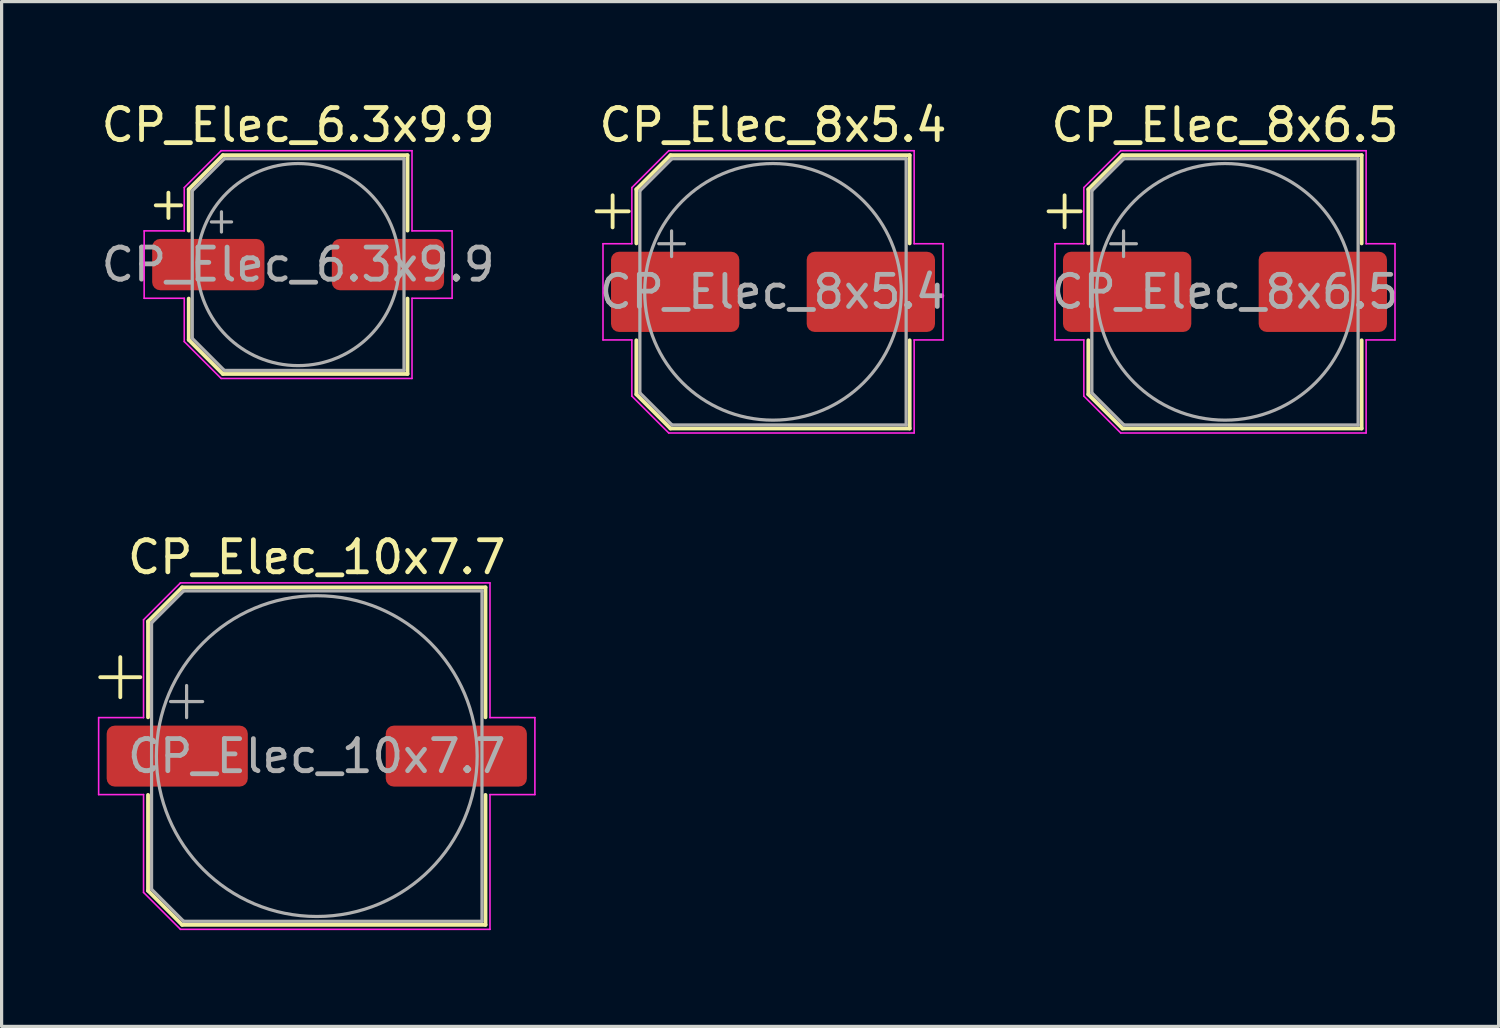
<source format=kicad_pcb>
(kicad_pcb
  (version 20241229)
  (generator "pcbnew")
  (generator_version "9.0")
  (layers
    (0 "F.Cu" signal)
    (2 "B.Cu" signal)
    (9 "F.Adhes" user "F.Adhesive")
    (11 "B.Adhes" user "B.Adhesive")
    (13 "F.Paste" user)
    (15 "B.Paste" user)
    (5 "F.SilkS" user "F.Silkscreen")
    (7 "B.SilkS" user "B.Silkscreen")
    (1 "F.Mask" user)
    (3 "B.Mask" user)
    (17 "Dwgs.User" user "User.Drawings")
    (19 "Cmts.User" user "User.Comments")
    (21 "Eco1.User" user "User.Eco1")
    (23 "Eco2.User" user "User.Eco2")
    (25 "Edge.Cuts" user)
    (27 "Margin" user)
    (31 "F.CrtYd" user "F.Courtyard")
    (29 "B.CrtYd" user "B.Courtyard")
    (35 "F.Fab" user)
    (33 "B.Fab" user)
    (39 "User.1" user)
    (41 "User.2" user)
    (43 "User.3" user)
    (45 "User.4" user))
  (footprint "CP_Elec_6.3x9.9"
    (layer "F.Cu")
    (at 6.244 5.198)
    (property "Reference" "CP_Elec_6.3x9.9" (at 0 -4.35 0) (layer "F.SilkS") (effects (font (size 1 1) (thickness 0.15))))
    (attr smd)
    (fp_line (start -4.438 -1.847) (end -3.65 -1.847) (stroke (width 0.12) (type solid)) (layer "F.SilkS"))
    (fp_line (start -4.044 -2.241) (end -4.044 -1.454) (stroke (width 0.12) (type solid)) (layer "F.SilkS"))
    (fp_line (start -3.41 -2.346) (end -3.41 -1.06) (stroke (width 0.12) (type solid)) (layer "F.SilkS"))
    (fp_line (start -3.41 -2.346) (end -2.346 -3.41) (stroke (width 0.12) (type solid)) (layer "F.SilkS"))
    (fp_line (start -3.41 2.346) (end -3.41 1.06) (stroke (width 0.12) (type solid)) (layer "F.SilkS"))
    (fp_line (start -3.41 2.346) (end -2.346 3.41) (stroke (width 0.12) (type solid)) (layer "F.SilkS"))
    (fp_line (start -2.346 -3.41) (end 3.41 -3.41) (stroke (width 0.12) (type solid)) (layer "F.SilkS"))
    (fp_line (start -2.346 3.41) (end 3.41 3.41) (stroke (width 0.12) (type solid)) (layer "F.SilkS"))
    (fp_line (start 3.41 -3.41) (end 3.41 -1.06) (stroke (width 0.12) (type solid)) (layer "F.SilkS"))
    (fp_line (start 3.41 3.41) (end 3.41 1.06) (stroke (width 0.12) (type solid)) (layer "F.SilkS"))
    (fp_line (start -4.8 -1.05) (end -4.8 1.05) (stroke (width 0.05) (type solid)) (layer "F.CrtYd"))
    (fp_line (start -4.8 1.05) (end -3.55 1.05) (stroke (width 0.05) (type solid)) (layer "F.CrtYd"))
    (fp_line (start -3.55 -2.4) (end -3.55 -1.05) (stroke (width 0.05) (type solid)) (layer "F.CrtYd"))
    (fp_line (start -3.55 -2.4) (end -2.4 -3.55) (stroke (width 0.05) (type solid)) (layer "F.CrtYd"))
    (fp_line (start -3.55 -1.05) (end -4.8 -1.05) (stroke (width 0.05) (type solid)) (layer "F.CrtYd"))
    (fp_line (start -3.55 1.05) (end -3.55 2.4) (stroke (width 0.05) (type solid)) (layer "F.CrtYd"))
    (fp_line (start -3.55 2.4) (end -2.4 3.55) (stroke (width 0.05) (type solid)) (layer "F.CrtYd"))
    (fp_line (start -2.4 -3.55) (end 3.55 -3.55) (stroke (width 0.05) (type solid)) (layer "F.CrtYd"))
    (fp_line (start -2.4 3.55) (end 3.55 3.55) (stroke (width 0.05) (type solid)) (layer "F.CrtYd"))
    (fp_line (start 3.55 -3.55) (end 3.55 -1.05) (stroke (width 0.05) (type solid)) (layer "F.CrtYd"))
    (fp_line (start 3.55 -1.05) (end 4.8 -1.05) (stroke (width 0.05) (type solid)) (layer "F.CrtYd"))
    (fp_line (start 3.55 1.05) (end 3.55 3.55) (stroke (width 0.05) (type solid)) (layer "F.CrtYd"))
    (fp_line (start 4.8 -1.05) (end 4.8 1.05) (stroke (width 0.05) (type solid)) (layer "F.CrtYd"))
    (fp_line (start 4.8 1.05) (end 3.55 1.05) (stroke (width 0.05) (type solid)) (layer "F.CrtYd"))
    (fp_line (start -3.3 -2.3) (end -3.3 2.3) (stroke (width 0.1) (type solid)) (layer "F.Fab"))
    (fp_line (start -3.3 -2.3) (end -2.3 -3.3) (stroke (width 0.1) (type solid)) (layer "F.Fab"))
    (fp_line (start -3.3 2.3) (end -2.3 3.3) (stroke (width 0.1) (type solid)) (layer "F.Fab"))
    (fp_line (start -2.705 -1.33) (end -2.075 -1.33) (stroke (width 0.1) (type solid)) (layer "F.Fab"))
    (fp_line (start -2.39 -1.645) (end -2.39 -1.015) (stroke (width 0.1) (type solid)) (layer "F.Fab"))
    (fp_line (start -2.3 -3.3) (end 3.3 -3.3) (stroke (width 0.1) (type solid)) (layer "F.Fab"))
    (fp_line (start -2.3 3.3) (end 3.3 3.3) (stroke (width 0.1) (type solid)) (layer "F.Fab"))
    (fp_line (start 3.3 -3.3) (end 3.3 3.3) (stroke (width 0.1) (type solid)) (layer "F.Fab"))
    (fp_circle (center 0 0) (end 3.15 0) (stroke (width 0.1) (type solid)) (fill no) (layer "F.Fab"))
    (fp_text user "${REFERENCE}" (at 0 0 0) (layer "F.Fab") (effects (font (size 1 1) (thickness 0.15))))
    (pad "1" smd roundrect (at -2.8 0) (size 3.5 1.6) (layers "F.Cu" "F.Mask" "F.Paste") (roundrect_rratio 0.156))
    (pad "2" smd roundrect (at 2.8 0) (size 3.5 1.6) (layers "F.Cu" "F.Mask" "F.Paste") (roundrect_rratio 0.156)))
  (footprint "CP_Elec_10x7.7"
    (layer "F.Cu")
    (at 6.825 20.521)
    (property "Reference" "CP_Elec_10x7.7" (at 0 -6.2 0) (layer "F.SilkS") (effects (font (size 1 1) (thickness 0.15))))
    (attr smd)
    (fp_line (start -6.75 -2.46) (end -5.5 -2.46) (stroke (width 0.12) (type solid)) (layer "F.SilkS"))
    (fp_line (start -6.125 -3.085) (end -6.125 -1.835) (stroke (width 0.12) (type solid)) (layer "F.SilkS"))
    (fp_line (start -5.26 -4.196) (end -5.26 -1.21) (stroke (width 0.12) (type solid)) (layer "F.SilkS"))
    (fp_line (start -5.26 -4.196) (end -4.196 -5.26) (stroke (width 0.12) (type solid)) (layer "F.SilkS"))
    (fp_line (start -5.26 4.196) (end -5.26 1.21) (stroke (width 0.12) (type solid)) (layer "F.SilkS"))
    (fp_line (start -5.26 4.196) (end -4.196 5.26) (stroke (width 0.12) (type solid)) (layer "F.SilkS"))
    (fp_line (start -4.196 -5.26) (end 5.26 -5.26) (stroke (width 0.12) (type solid)) (layer "F.SilkS"))
    (fp_line (start -4.196 5.26) (end 5.26 5.26) (stroke (width 0.12) (type solid)) (layer "F.SilkS"))
    (fp_line (start 5.26 -5.26) (end 5.26 -1.21) (stroke (width 0.12) (type solid)) (layer "F.SilkS"))
    (fp_line (start 5.26 5.26) (end 5.26 1.21) (stroke (width 0.12) (type solid)) (layer "F.SilkS"))
    (fp_line (start -6.8 -1.2) (end -6.8 1.2) (stroke (width 0.05) (type solid)) (layer "F.CrtYd"))
    (fp_line (start -6.8 1.2) (end -5.4 1.2) (stroke (width 0.05) (type solid)) (layer "F.CrtYd"))
    (fp_line (start -5.4 -4.25) (end -5.4 -1.2) (stroke (width 0.05) (type solid)) (layer "F.CrtYd"))
    (fp_line (start -5.4 -4.25) (end -4.25 -5.4) (stroke (width 0.05) (type solid)) (layer "F.CrtYd"))
    (fp_line (start -5.4 -1.2) (end -6.8 -1.2) (stroke (width 0.05) (type solid)) (layer "F.CrtYd"))
    (fp_line (start -5.4 1.2) (end -5.4 4.25) (stroke (width 0.05) (type solid)) (layer "F.CrtYd"))
    (fp_line (start -5.4 4.25) (end -4.25 5.4) (stroke (width 0.05) (type solid)) (layer "F.CrtYd"))
    (fp_line (start -4.25 -5.4) (end 5.4 -5.4) (stroke (width 0.05) (type solid)) (layer "F.CrtYd"))
    (fp_line (start -4.25 5.4) (end 5.4 5.4) (stroke (width 0.05) (type solid)) (layer "F.CrtYd"))
    (fp_line (start 5.4 -5.4) (end 5.4 -1.2) (stroke (width 0.05) (type solid)) (layer "F.CrtYd"))
    (fp_line (start 5.4 -1.2) (end 6.8 -1.2) (stroke (width 0.05) (type solid)) (layer "F.CrtYd"))
    (fp_line (start 5.4 1.2) (end 5.4 5.4) (stroke (width 0.05) (type solid)) (layer "F.CrtYd"))
    (fp_line (start 6.8 -1.2) (end 6.8 1.2) (stroke (width 0.05) (type solid)) (layer "F.CrtYd"))
    (fp_line (start 6.8 1.2) (end 5.4 1.2) (stroke (width 0.05) (type solid)) (layer "F.CrtYd"))
    (fp_line (start -5.15 -4.15) (end -5.15 4.15) (stroke (width 0.1) (type solid)) (layer "F.Fab"))
    (fp_line (start -5.15 -4.15) (end -4.15 -5.15) (stroke (width 0.1) (type solid)) (layer "F.Fab"))
    (fp_line (start -5.15 4.15) (end -4.15 5.15) (stroke (width 0.1) (type solid)) (layer "F.Fab"))
    (fp_line (start -4.558 -1.7) (end -3.558 -1.7) (stroke (width 0.1) (type solid)) (layer "F.Fab"))
    (fp_line (start -4.15 -5.15) (end 5.15 -5.15) (stroke (width 0.1) (type solid)) (layer "F.Fab"))
    (fp_line (start -4.15 5.15) (end 5.15 5.15) (stroke (width 0.1) (type solid)) (layer "F.Fab"))
    (fp_line (start -4.058 -2.2) (end -4.058 -1.2) (stroke (width 0.1) (type solid)) (layer "F.Fab"))
    (fp_line (start 5.15 -5.15) (end 5.15 5.15) (stroke (width 0.1) (type solid)) (layer "F.Fab"))
    (fp_circle (center 0 0) (end 5 0) (stroke (width 0.1) (type solid)) (fill no) (layer "F.Fab"))
    (fp_text user "${REFERENCE}" (at 0 0 0) (layer "F.Fab") (effects (font (size 1 1) (thickness 0.15))))
    (pad "1" smd roundrect (at -4.35 0) (size 4.4 1.9) (layers "F.Cu" "F.Mask" "F.Paste") (roundrect_rratio 0.132))
    (pad "2" smd roundrect (at 4.35 0) (size 4.4 1.9) (layers "F.Cu" "F.Mask" "F.Paste") (roundrect_rratio 0.132)))
  (footprint "CP_Elec_8x5.4"
    (layer "F.Cu")
    (at 21.048 6.048)
    (property "Reference" "CP_Elec_8x5.4" (at 0 -5.2 0) (layer "F.SilkS") (effects (font (size 1 1) (thickness 0.15))))
    (attr smd)
    (fp_line (start -5.5 -2.51) (end -4.5 -2.51) (stroke (width 0.12) (type solid)) (layer "F.SilkS"))
    (fp_line (start -5 -3.01) (end -5 -2.01) (stroke (width 0.12) (type solid)) (layer "F.SilkS"))
    (fp_line (start -4.26 -3.196) (end -4.26 -1.51) (stroke (width 0.12) (type solid)) (layer "F.SilkS"))
    (fp_line (start -4.26 -3.196) (end -3.196 -4.26) (stroke (width 0.12) (type solid)) (layer "F.SilkS"))
    (fp_line (start -4.26 3.196) (end -4.26 1.51) (stroke (width 0.12) (type solid)) (layer "F.SilkS"))
    (fp_line (start -4.26 3.196) (end -3.196 4.26) (stroke (width 0.12) (type solid)) (layer "F.SilkS"))
    (fp_line (start -3.196 -4.26) (end 4.26 -4.26) (stroke (width 0.12) (type solid)) (layer "F.SilkS"))
    (fp_line (start -3.196 4.26) (end 4.26 4.26) (stroke (width 0.12) (type solid)) (layer "F.SilkS"))
    (fp_line (start 4.26 -4.26) (end 4.26 -1.51) (stroke (width 0.12) (type solid)) (layer "F.SilkS"))
    (fp_line (start 4.26 4.26) (end 4.26 1.51) (stroke (width 0.12) (type solid)) (layer "F.SilkS"))
    (fp_line (start -5.3 -1.5) (end -5.3 1.5) (stroke (width 0.05) (type solid)) (layer "F.CrtYd"))
    (fp_line (start -5.3 1.5) (end -4.4 1.5) (stroke (width 0.05) (type solid)) (layer "F.CrtYd"))
    (fp_line (start -4.4 -3.25) (end -4.4 -1.5) (stroke (width 0.05) (type solid)) (layer "F.CrtYd"))
    (fp_line (start -4.4 -3.25) (end -3.25 -4.4) (stroke (width 0.05) (type solid)) (layer "F.CrtYd"))
    (fp_line (start -4.4 -1.5) (end -5.3 -1.5) (stroke (width 0.05) (type solid)) (layer "F.CrtYd"))
    (fp_line (start -4.4 1.5) (end -4.4 3.25) (stroke (width 0.05) (type solid)) (layer "F.CrtYd"))
    (fp_line (start -4.4 3.25) (end -3.25 4.4) (stroke (width 0.05) (type solid)) (layer "F.CrtYd"))
    (fp_line (start -3.25 -4.4) (end 4.4 -4.4) (stroke (width 0.05) (type solid)) (layer "F.CrtYd"))
    (fp_line (start -3.25 4.4) (end 4.4 4.4) (stroke (width 0.05) (type solid)) (layer "F.CrtYd"))
    (fp_line (start 4.4 -4.4) (end 4.4 -1.5) (stroke (width 0.05) (type solid)) (layer "F.CrtYd"))
    (fp_line (start 4.4 -1.5) (end 5.3 -1.5) (stroke (width 0.05) (type solid)) (layer "F.CrtYd"))
    (fp_line (start 4.4 1.5) (end 4.4 4.4) (stroke (width 0.05) (type solid)) (layer "F.CrtYd"))
    (fp_line (start 5.3 -1.5) (end 5.3 1.5) (stroke (width 0.05) (type solid)) (layer "F.CrtYd"))
    (fp_line (start 5.3 1.5) (end 4.4 1.5) (stroke (width 0.05) (type solid)) (layer "F.CrtYd"))
    (fp_line (start -4.15 -3.15) (end -4.15 3.15) (stroke (width 0.1) (type solid)) (layer "F.Fab"))
    (fp_line (start -4.15 -3.15) (end -3.15 -4.15) (stroke (width 0.1) (type solid)) (layer "F.Fab"))
    (fp_line (start -4.15 3.15) (end -3.15 4.15) (stroke (width 0.1) (type solid)) (layer "F.Fab"))
    (fp_line (start -3.562 -1.5) (end -2.762 -1.5) (stroke (width 0.1) (type solid)) (layer "F.Fab"))
    (fp_line (start -3.162 -1.9) (end -3.162 -1.1) (stroke (width 0.1) (type solid)) (layer "F.Fab"))
    (fp_line (start -3.15 -4.15) (end 4.15 -4.15) (stroke (width 0.1) (type solid)) (layer "F.Fab"))
    (fp_line (start -3.15 4.15) (end 4.15 4.15) (stroke (width 0.1) (type solid)) (layer "F.Fab"))
    (fp_line (start 4.15 -4.15) (end 4.15 4.15) (stroke (width 0.1) (type solid)) (layer "F.Fab"))
    (fp_circle (center 0 0) (end 4 0) (stroke (width 0.1) (type solid)) (fill no) (layer "F.Fab"))
    (fp_text user "${REFERENCE}" (at 0 0 0) (layer "F.Fab") (effects (font (size 1 1) (thickness 0.15))))
    (pad "1" smd roundrect (at -3.05 0) (size 4 2.5) (layers "F.Cu" "F.Mask" "F.Paste") (roundrect_rratio 0.1))
    (pad "2" smd roundrect (at 3.05 0) (size 4 2.5) (layers "F.Cu" "F.Mask" "F.Paste") (roundrect_rratio 0.1)))
  (footprint "CP_Elec_8x6.5"
    (layer "F.Cu")
    (at 35.138 6.048)
    (property "Reference" "CP_Elec_8x6.5" (at 0 -5.2 0) (layer "F.SilkS") (effects (font (size 1 1) (thickness 0.15))))
    (attr smd)
    (fp_line (start -5.5 -2.51) (end -4.5 -2.51) (stroke (width 0.12) (type solid)) (layer "F.SilkS"))
    (fp_line (start -5 -3.01) (end -5 -2.01) (stroke (width 0.12) (type solid)) (layer "F.SilkS"))
    (fp_line (start -4.26 -3.196) (end -4.26 -1.51) (stroke (width 0.12) (type solid)) (layer "F.SilkS"))
    (fp_line (start -4.26 -3.196) (end -3.196 -4.26) (stroke (width 0.12) (type solid)) (layer "F.SilkS"))
    (fp_line (start -4.26 3.196) (end -4.26 1.51) (stroke (width 0.12) (type solid)) (layer "F.SilkS"))
    (fp_line (start -4.26 3.196) (end -3.196 4.26) (stroke (width 0.12) (type solid)) (layer "F.SilkS"))
    (fp_line (start -3.196 -4.26) (end 4.26 -4.26) (stroke (width 0.12) (type solid)) (layer "F.SilkS"))
    (fp_line (start -3.196 4.26) (end 4.26 4.26) (stroke (width 0.12) (type solid)) (layer "F.SilkS"))
    (fp_line (start 4.26 -4.26) (end 4.26 -1.51) (stroke (width 0.12) (type solid)) (layer "F.SilkS"))
    (fp_line (start 4.26 4.26) (end 4.26 1.51) (stroke (width 0.12) (type solid)) (layer "F.SilkS"))
    (fp_line (start -5.3 -1.5) (end -5.3 1.5) (stroke (width 0.05) (type solid)) (layer "F.CrtYd"))
    (fp_line (start -5.3 1.5) (end -4.4 1.5) (stroke (width 0.05) (type solid)) (layer "F.CrtYd"))
    (fp_line (start -4.4 -3.25) (end -4.4 -1.5) (stroke (width 0.05) (type solid)) (layer "F.CrtYd"))
    (fp_line (start -4.4 -3.25) (end -3.25 -4.4) (stroke (width 0.05) (type solid)) (layer "F.CrtYd"))
    (fp_line (start -4.4 -1.5) (end -5.3 -1.5) (stroke (width 0.05) (type solid)) (layer "F.CrtYd"))
    (fp_line (start -4.4 1.5) (end -4.4 3.25) (stroke (width 0.05) (type solid)) (layer "F.CrtYd"))
    (fp_line (start -4.4 3.25) (end -3.25 4.4) (stroke (width 0.05) (type solid)) (layer "F.CrtYd"))
    (fp_line (start -3.25 -4.4) (end 4.4 -4.4) (stroke (width 0.05) (type solid)) (layer "F.CrtYd"))
    (fp_line (start -3.25 4.4) (end 4.4 4.4) (stroke (width 0.05) (type solid)) (layer "F.CrtYd"))
    (fp_line (start 4.4 -4.4) (end 4.4 -1.5) (stroke (width 0.05) (type solid)) (layer "F.CrtYd"))
    (fp_line (start 4.4 -1.5) (end 5.3 -1.5) (stroke (width 0.05) (type solid)) (layer "F.CrtYd"))
    (fp_line (start 4.4 1.5) (end 4.4 4.4) (stroke (width 0.05) (type solid)) (layer "F.CrtYd"))
    (fp_line (start 5.3 -1.5) (end 5.3 1.5) (stroke (width 0.05) (type solid)) (layer "F.CrtYd"))
    (fp_line (start 5.3 1.5) (end 4.4 1.5) (stroke (width 0.05) (type solid)) (layer "F.CrtYd"))
    (fp_line (start -4.15 -3.15) (end -4.15 3.15) (stroke (width 0.1) (type solid)) (layer "F.Fab"))
    (fp_line (start -4.15 -3.15) (end -3.15 -4.15) (stroke (width 0.1) (type solid)) (layer "F.Fab"))
    (fp_line (start -4.15 3.15) (end -3.15 4.15) (stroke (width 0.1) (type solid)) (layer "F.Fab"))
    (fp_line (start -3.562 -1.5) (end -2.762 -1.5) (stroke (width 0.1) (type solid)) (layer "F.Fab"))
    (fp_line (start -3.162 -1.9) (end -3.162 -1.1) (stroke (width 0.1) (type solid)) (layer "F.Fab"))
    (fp_line (start -3.15 -4.15) (end 4.15 -4.15) (stroke (width 0.1) (type solid)) (layer "F.Fab"))
    (fp_line (start -3.15 4.15) (end 4.15 4.15) (stroke (width 0.1) (type solid)) (layer "F.Fab"))
    (fp_line (start 4.15 -4.15) (end 4.15 4.15) (stroke (width 0.1) (type solid)) (layer "F.Fab"))
    (fp_circle (center 0 0) (end 4 0) (stroke (width 0.1) (type solid)) (fill no) (layer "F.Fab"))
    (fp_text user "${REFERENCE}" (at 0 0 0) (layer "F.Fab") (effects (font (size 1 1) (thickness 0.15))))
    (pad "1" smd roundrect (at -3.05 0) (size 4 2.5) (layers "F.Cu" "F.Mask" "F.Paste") (roundrect_rratio 0.1))
    (pad "2" smd roundrect (at 3.05 0) (size 4 2.5) (layers "F.Cu" "F.Mask" "F.Paste") (roundrect_rratio 0.1)))
  (gr_rect
    (start -3 -3)
    (end 43.668 28.947)
    (stroke (width 0.1) (type default))
    (fill no)
    (layer "Edge.Cuts")))
</source>
